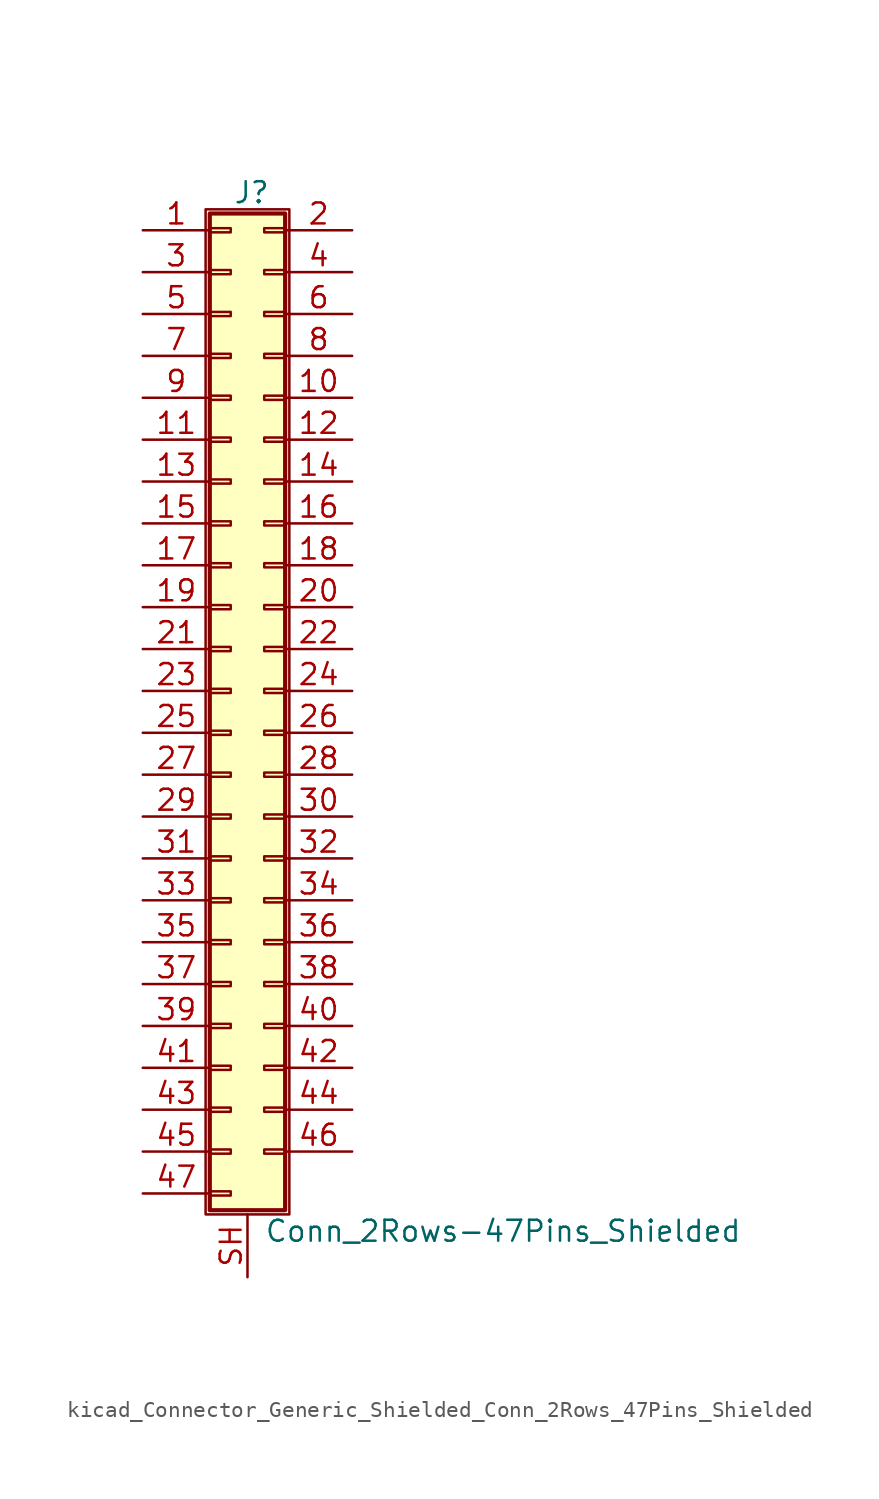
<source format=kicad_sym>
(kicad_symbol_lib
  (version 20220914)
  (generator kicad_symbol_editor)
  (symbol "kicad_Connector_Generic_Shielded_Conn_2Rows_47Pins_Shielded"
    (pin_names
      (offset 1.016) hide)
    (property "Reference" "J"
      (at 1.524 30.226 0)
      (effects (font (size 1.27 1.27))))
    (property "Value" "Conn_2Rows-47Pins_Shielded"
      (at 2.286 -32.766 0)
      (effects (font (size 1.27 1.27)) (justify left)))
    (symbol "kicad_Connector_Generic_Shielded_Conn_2Rows_47Pins_Shielded_1_1"
      (rectangle (start -1.27 29.21) (end 3.81 -31.75) (stroke (width 0.152) (type default)) (fill (type none)))
      (rectangle (start -1.016 -30.353) (end 0.254 -30.607) (stroke (width 0.152) (type default)) (fill (type none)))
      (rectangle (start -1.016 -27.813) (end 0.254 -28.067) (stroke (width 0.152) (type default)) (fill (type none)))
      (rectangle (start -1.016 -25.273) (end 0.254 -25.527) (stroke (width 0.152) (type default)) (fill (type none)))
      (rectangle (start -1.016 -22.733) (end 0.254 -22.987) (stroke (width 0.152) (type default)) (fill (type none)))
      (rectangle (start -1.016 -20.193) (end 0.254 -20.447) (stroke (width 0.152) (type default)) (fill (type none)))
      (rectangle (start -1.016 -17.653) (end 0.254 -17.907) (stroke (width 0.152) (type default)) (fill (type none)))
      (rectangle (start -1.016 -15.113) (end 0.254 -15.367) (stroke (width 0.152) (type default)) (fill (type none)))
      (rectangle (start -1.016 -12.573) (end 0.254 -12.827) (stroke (width 0.152) (type default)) (fill (type none)))
      (rectangle (start -1.016 -10.033) (end 0.254 -10.287) (stroke (width 0.152) (type default)) (fill (type none)))
      (rectangle (start -1.016 -7.493) (end 0.254 -7.747) (stroke (width 0.152) (type default)) (fill (type none)))
      (rectangle (start -1.016 -4.953) (end 0.254 -5.207) (stroke (width 0.152) (type default)) (fill (type none)))
      (rectangle (start -1.016 -2.413) (end 0.254 -2.667) (stroke (width 0.152) (type default)) (fill (type none)))
      (rectangle (start -1.016 0.127) (end 0.254 -0.127) (stroke (width 0.152) (type default)) (fill (type none)))
      (rectangle (start -1.016 2.667) (end 0.254 2.413) (stroke (width 0.152) (type default)) (fill (type none)))
      (rectangle (start -1.016 5.207) (end 0.254 4.953) (stroke (width 0.152) (type default)) (fill (type none)))
      (rectangle (start -1.016 7.747) (end 0.254 7.493) (stroke (width 0.152) (type default)) (fill (type none)))
      (rectangle (start -1.016 10.287) (end 0.254 10.033) (stroke (width 0.152) (type default)) (fill (type none)))
      (rectangle (start -1.016 12.827) (end 0.254 12.573) (stroke (width 0.152) (type default)) (fill (type none)))
      (rectangle (start -1.016 15.367) (end 0.254 15.113) (stroke (width 0.152) (type default)) (fill (type none)))
      (rectangle (start -1.016 17.907) (end 0.254 17.653) (stroke (width 0.152) (type default)) (fill (type none)))
      (rectangle (start -1.016 20.447) (end 0.254 20.193) (stroke (width 0.152) (type default)) (fill (type none)))
      (rectangle (start -1.016 22.987) (end 0.254 22.733) (stroke (width 0.152) (type default)) (fill (type none)))
      (rectangle (start -1.016 25.527) (end 0.254 25.273) (stroke (width 0.152) (type default)) (fill (type none)))
      (rectangle (start -1.016 28.067) (end 0.254 27.813) (stroke (width 0.152) (type default)) (fill (type none)))
      (rectangle (start -1.016 28.956) (end 3.556 -31.496) (stroke (width 0.254) (type default)) (fill (type background)))
      (rectangle (start 3.556 -27.813) (end 2.286 -28.067) (stroke (width 0.152) (type default)) (fill (type none)))
      (rectangle (start 3.556 -25.273) (end 2.286 -25.527) (stroke (width 0.152) (type default)) (fill (type none)))
      (rectangle (start 3.556 -22.733) (end 2.286 -22.987) (stroke (width 0.152) (type default)) (fill (type none)))
      (rectangle (start 3.556 -20.193) (end 2.286 -20.447) (stroke (width 0.152) (type default)) (fill (type none)))
      (rectangle (start 3.556 -17.653) (end 2.286 -17.907) (stroke (width 0.152) (type default)) (fill (type none)))
      (rectangle (start 3.556 -15.113) (end 2.286 -15.367) (stroke (width 0.152) (type default)) (fill (type none)))
      (rectangle (start 3.556 -12.573) (end 2.286 -12.827) (stroke (width 0.152) (type default)) (fill (type none)))
      (rectangle (start 3.556 -10.033) (end 2.286 -10.287) (stroke (width 0.152) (type default)) (fill (type none)))
      (rectangle (start 3.556 -7.493) (end 2.286 -7.747) (stroke (width 0.152) (type default)) (fill (type none)))
      (rectangle (start 3.556 -4.953) (end 2.286 -5.207) (stroke (width 0.152) (type default)) (fill (type none)))
      (rectangle (start 3.556 -2.413) (end 2.286 -2.667) (stroke (width 0.152) (type default)) (fill (type none)))
      (rectangle (start 3.556 0.127) (end 2.286 -0.127) (stroke (width 0.152) (type default)) (fill (type none)))
      (rectangle (start 3.556 2.667) (end 2.286 2.413) (stroke (width 0.152) (type default)) (fill (type none)))
      (rectangle (start 3.556 5.207) (end 2.286 4.953) (stroke (width 0.152) (type default)) (fill (type none)))
      (rectangle (start 3.556 7.747) (end 2.286 7.493) (stroke (width 0.152) (type default)) (fill (type none)))
      (rectangle (start 3.556 10.287) (end 2.286 10.033) (stroke (width 0.152) (type default)) (fill (type none)))
      (rectangle (start 3.556 12.827) (end 2.286 12.573) (stroke (width 0.152) (type default)) (fill (type none)))
      (rectangle (start 3.556 15.367) (end 2.286 15.113) (stroke (width 0.152) (type default)) (fill (type none)))
      (rectangle (start 3.556 17.907) (end 2.286 17.653) (stroke (width 0.152) (type default)) (fill (type none)))
      (rectangle (start 3.556 20.447) (end 2.286 20.193) (stroke (width 0.152) (type default)) (fill (type none)))
      (rectangle (start 3.556 22.987) (end 2.286 22.733) (stroke (width 0.152) (type default)) (fill (type none)))
      (rectangle (start 3.556 25.527) (end 2.286 25.273) (stroke (width 0.152) (type default)) (fill (type none)))
      (rectangle (start 3.556 28.067) (end 2.286 27.813) (stroke (width 0.152) (type default)) (fill (type none)))
      (pin passive line (at -5.08 27.94 0) (length 4.064) (name "Pin_1" (effects (font (size 1.27 1.27)))) (number "1" (effects (font (size 1.27 1.27)))))
      (pin passive line (at 7.62 17.78 180) (length 4.064) (name "Pin_10" (effects (font (size 1.27 1.27)))) (number "10" (effects (font (size 1.27 1.27)))))
      (pin passive line (at -5.08 15.24 0) (length 4.064) (name "Pin_11" (effects (font (size 1.27 1.27)))) (number "11" (effects (font (size 1.27 1.27)))))
      (pin passive line (at 7.62 15.24 180) (length 4.064) (name "Pin_12" (effects (font (size 1.27 1.27)))) (number "12" (effects (font (size 1.27 1.27)))))
      (pin passive line (at -5.08 12.7 0) (length 4.064) (name "Pin_13" (effects (font (size 1.27 1.27)))) (number "13" (effects (font (size 1.27 1.27)))))
      (pin passive line (at 7.62 12.7 180) (length 4.064) (name "Pin_14" (effects (font (size 1.27 1.27)))) (number "14" (effects (font (size 1.27 1.27)))))
      (pin passive line (at -5.08 10.16 0) (length 4.064) (name "Pin_15" (effects (font (size 1.27 1.27)))) (number "15" (effects (font (size 1.27 1.27)))))
      (pin passive line (at 7.62 10.16 180) (length 4.064) (name "Pin_16" (effects (font (size 1.27 1.27)))) (number "16" (effects (font (size 1.27 1.27)))))
      (pin passive line (at -5.08 7.62 0) (length 4.064) (name "Pin_17" (effects (font (size 1.27 1.27)))) (number "17" (effects (font (size 1.27 1.27)))))
      (pin passive line (at 7.62 7.62 180) (length 4.064) (name "Pin_18" (effects (font (size 1.27 1.27)))) (number "18" (effects (font (size 1.27 1.27)))))
      (pin passive line (at -5.08 5.08 0) (length 4.064) (name "Pin_19" (effects (font (size 1.27 1.27)))) (number "19" (effects (font (size 1.27 1.27)))))
      (pin passive line (at 7.62 27.94 180) (length 4.064) (name "Pin_2" (effects (font (size 1.27 1.27)))) (number "2" (effects (font (size 1.27 1.27)))))
      (pin passive line (at 7.62 5.08 180) (length 4.064) (name "Pin_20" (effects (font (size 1.27 1.27)))) (number "20" (effects (font (size 1.27 1.27)))))
      (pin passive line (at -5.08 2.54 0) (length 4.064) (name "Pin_21" (effects (font (size 1.27 1.27)))) (number "21" (effects (font (size 1.27 1.27)))))
      (pin passive line (at 7.62 2.54 180) (length 4.064) (name "Pin_22" (effects (font (size 1.27 1.27)))) (number "22" (effects (font (size 1.27 1.27)))))
      (pin passive line (at -5.08 0 0) (length 4.064) (name "Pin_23" (effects (font (size 1.27 1.27)))) (number "23" (effects (font (size 1.27 1.27)))))
      (pin passive line (at 7.62 0 180) (length 4.064) (name "Pin_24" (effects (font (size 1.27 1.27)))) (number "24" (effects (font (size 1.27 1.27)))))
      (pin passive line (at -5.08 -2.54 0) (length 4.064) (name "Pin_25" (effects (font (size 1.27 1.27)))) (number "25" (effects (font (size 1.27 1.27)))))
      (pin passive line (at 7.62 -2.54 180) (length 4.064) (name "Pin_26" (effects (font (size 1.27 1.27)))) (number "26" (effects (font (size 1.27 1.27)))))
      (pin passive line (at -5.08 -5.08 0) (length 4.064) (name "Pin_27" (effects (font (size 1.27 1.27)))) (number "27" (effects (font (size 1.27 1.27)))))
      (pin passive line (at 7.62 -5.08 180) (length 4.064) (name "Pin_28" (effects (font (size 1.27 1.27)))) (number "28" (effects (font (size 1.27 1.27)))))
      (pin passive line (at -5.08 -7.62 0) (length 4.064) (name "Pin_29" (effects (font (size 1.27 1.27)))) (number "29" (effects (font (size 1.27 1.27)))))
      (pin passive line (at -5.08 25.4 0) (length 4.064) (name "Pin_3" (effects (font (size 1.27 1.27)))) (number "3" (effects (font (size 1.27 1.27)))))
      (pin passive line (at 7.62 -7.62 180) (length 4.064) (name "Pin_30" (effects (font (size 1.27 1.27)))) (number "30" (effects (font (size 1.27 1.27)))))
      (pin passive line (at -5.08 -10.16 0) (length 4.064) (name "Pin_31" (effects (font (size 1.27 1.27)))) (number "31" (effects (font (size 1.27 1.27)))))
      (pin passive line (at 7.62 -10.16 180) (length 4.064) (name "Pin_32" (effects (font (size 1.27 1.27)))) (number "32" (effects (font (size 1.27 1.27)))))
      (pin passive line (at -5.08 -12.7 0) (length 4.064) (name "Pin_33" (effects (font (size 1.27 1.27)))) (number "33" (effects (font (size 1.27 1.27)))))
      (pin passive line (at 7.62 -12.7 180) (length 4.064) (name "Pin_34" (effects (font (size 1.27 1.27)))) (number "34" (effects (font (size 1.27 1.27)))))
      (pin passive line (at -5.08 -15.24 0) (length 4.064) (name "Pin_35" (effects (font (size 1.27 1.27)))) (number "35" (effects (font (size 1.27 1.27)))))
      (pin passive line (at 7.62 -15.24 180) (length 4.064) (name "Pin_36" (effects (font (size 1.27 1.27)))) (number "36" (effects (font (size 1.27 1.27)))))
      (pin passive line (at -5.08 -17.78 0) (length 4.064) (name "Pin_37" (effects (font (size 1.27 1.27)))) (number "37" (effects (font (size 1.27 1.27)))))
      (pin passive line (at 7.62 -17.78 180) (length 4.064) (name "Pin_38" (effects (font (size 1.27 1.27)))) (number "38" (effects (font (size 1.27 1.27)))))
      (pin passive line (at -5.08 -20.32 0) (length 4.064) (name "Pin_39" (effects (font (size 1.27 1.27)))) (number "39" (effects (font (size 1.27 1.27)))))
      (pin passive line (at 7.62 25.4 180) (length 4.064) (name "Pin_4" (effects (font (size 1.27 1.27)))) (number "4" (effects (font (size 1.27 1.27)))))
      (pin passive line (at 7.62 -20.32 180) (length 4.064) (name "Pin_40" (effects (font (size 1.27 1.27)))) (number "40" (effects (font (size 1.27 1.27)))))
      (pin passive line (at -5.08 -22.86 0) (length 4.064) (name "Pin_41" (effects (font (size 1.27 1.27)))) (number "41" (effects (font (size 1.27 1.27)))))
      (pin passive line (at 7.62 -22.86 180) (length 4.064) (name "Pin_42" (effects (font (size 1.27 1.27)))) (number "42" (effects (font (size 1.27 1.27)))))
      (pin passive line (at -5.08 -25.4 0) (length 4.064) (name "Pin_43" (effects (font (size 1.27 1.27)))) (number "43" (effects (font (size 1.27 1.27)))))
      (pin passive line (at 7.62 -25.4 180) (length 4.064) (name "Pin_44" (effects (font (size 1.27 1.27)))) (number "44" (effects (font (size 1.27 1.27)))))
      (pin passive line (at -5.08 -27.94 0) (length 4.064) (name "Pin_45" (effects (font (size 1.27 1.27)))) (number "45" (effects (font (size 1.27 1.27)))))
      (pin passive line (at 7.62 -27.94 180) (length 4.064) (name "Pin_46" (effects (font (size 1.27 1.27)))) (number "46" (effects (font (size 1.27 1.27)))))
      (pin passive line (at -5.08 -30.48 0) (length 4.064) (name "Pin_47" (effects (font (size 1.27 1.27)))) (number "47" (effects (font (size 1.27 1.27)))))
      (pin passive line (at -5.08 22.86 0) (length 4.064) (name "Pin_5" (effects (font (size 1.27 1.27)))) (number "5" (effects (font (size 1.27 1.27)))))
      (pin passive line (at 7.62 22.86 180) (length 4.064) (name "Pin_6" (effects (font (size 1.27 1.27)))) (number "6" (effects (font (size 1.27 1.27)))))
      (pin passive line (at -5.08 20.32 0) (length 4.064) (name "Pin_7" (effects (font (size 1.27 1.27)))) (number "7" (effects (font (size 1.27 1.27)))))
      (pin passive line (at 7.62 20.32 180) (length 4.064) (name "Pin_8" (effects (font (size 1.27 1.27)))) (number "8" (effects (font (size 1.27 1.27)))))
      (pin passive line (at -5.08 17.78 0) (length 4.064) (name "Pin_9" (effects (font (size 1.27 1.27)))) (number "9" (effects (font (size 1.27 1.27)))))
      (pin passive line (at 1.27 -35.56 90) (length 3.81) (name "Shield" (effects (font (size 1.27 1.27)))) (number "SH" (effects (font (size 1.27 1.27))))))))
</source>
